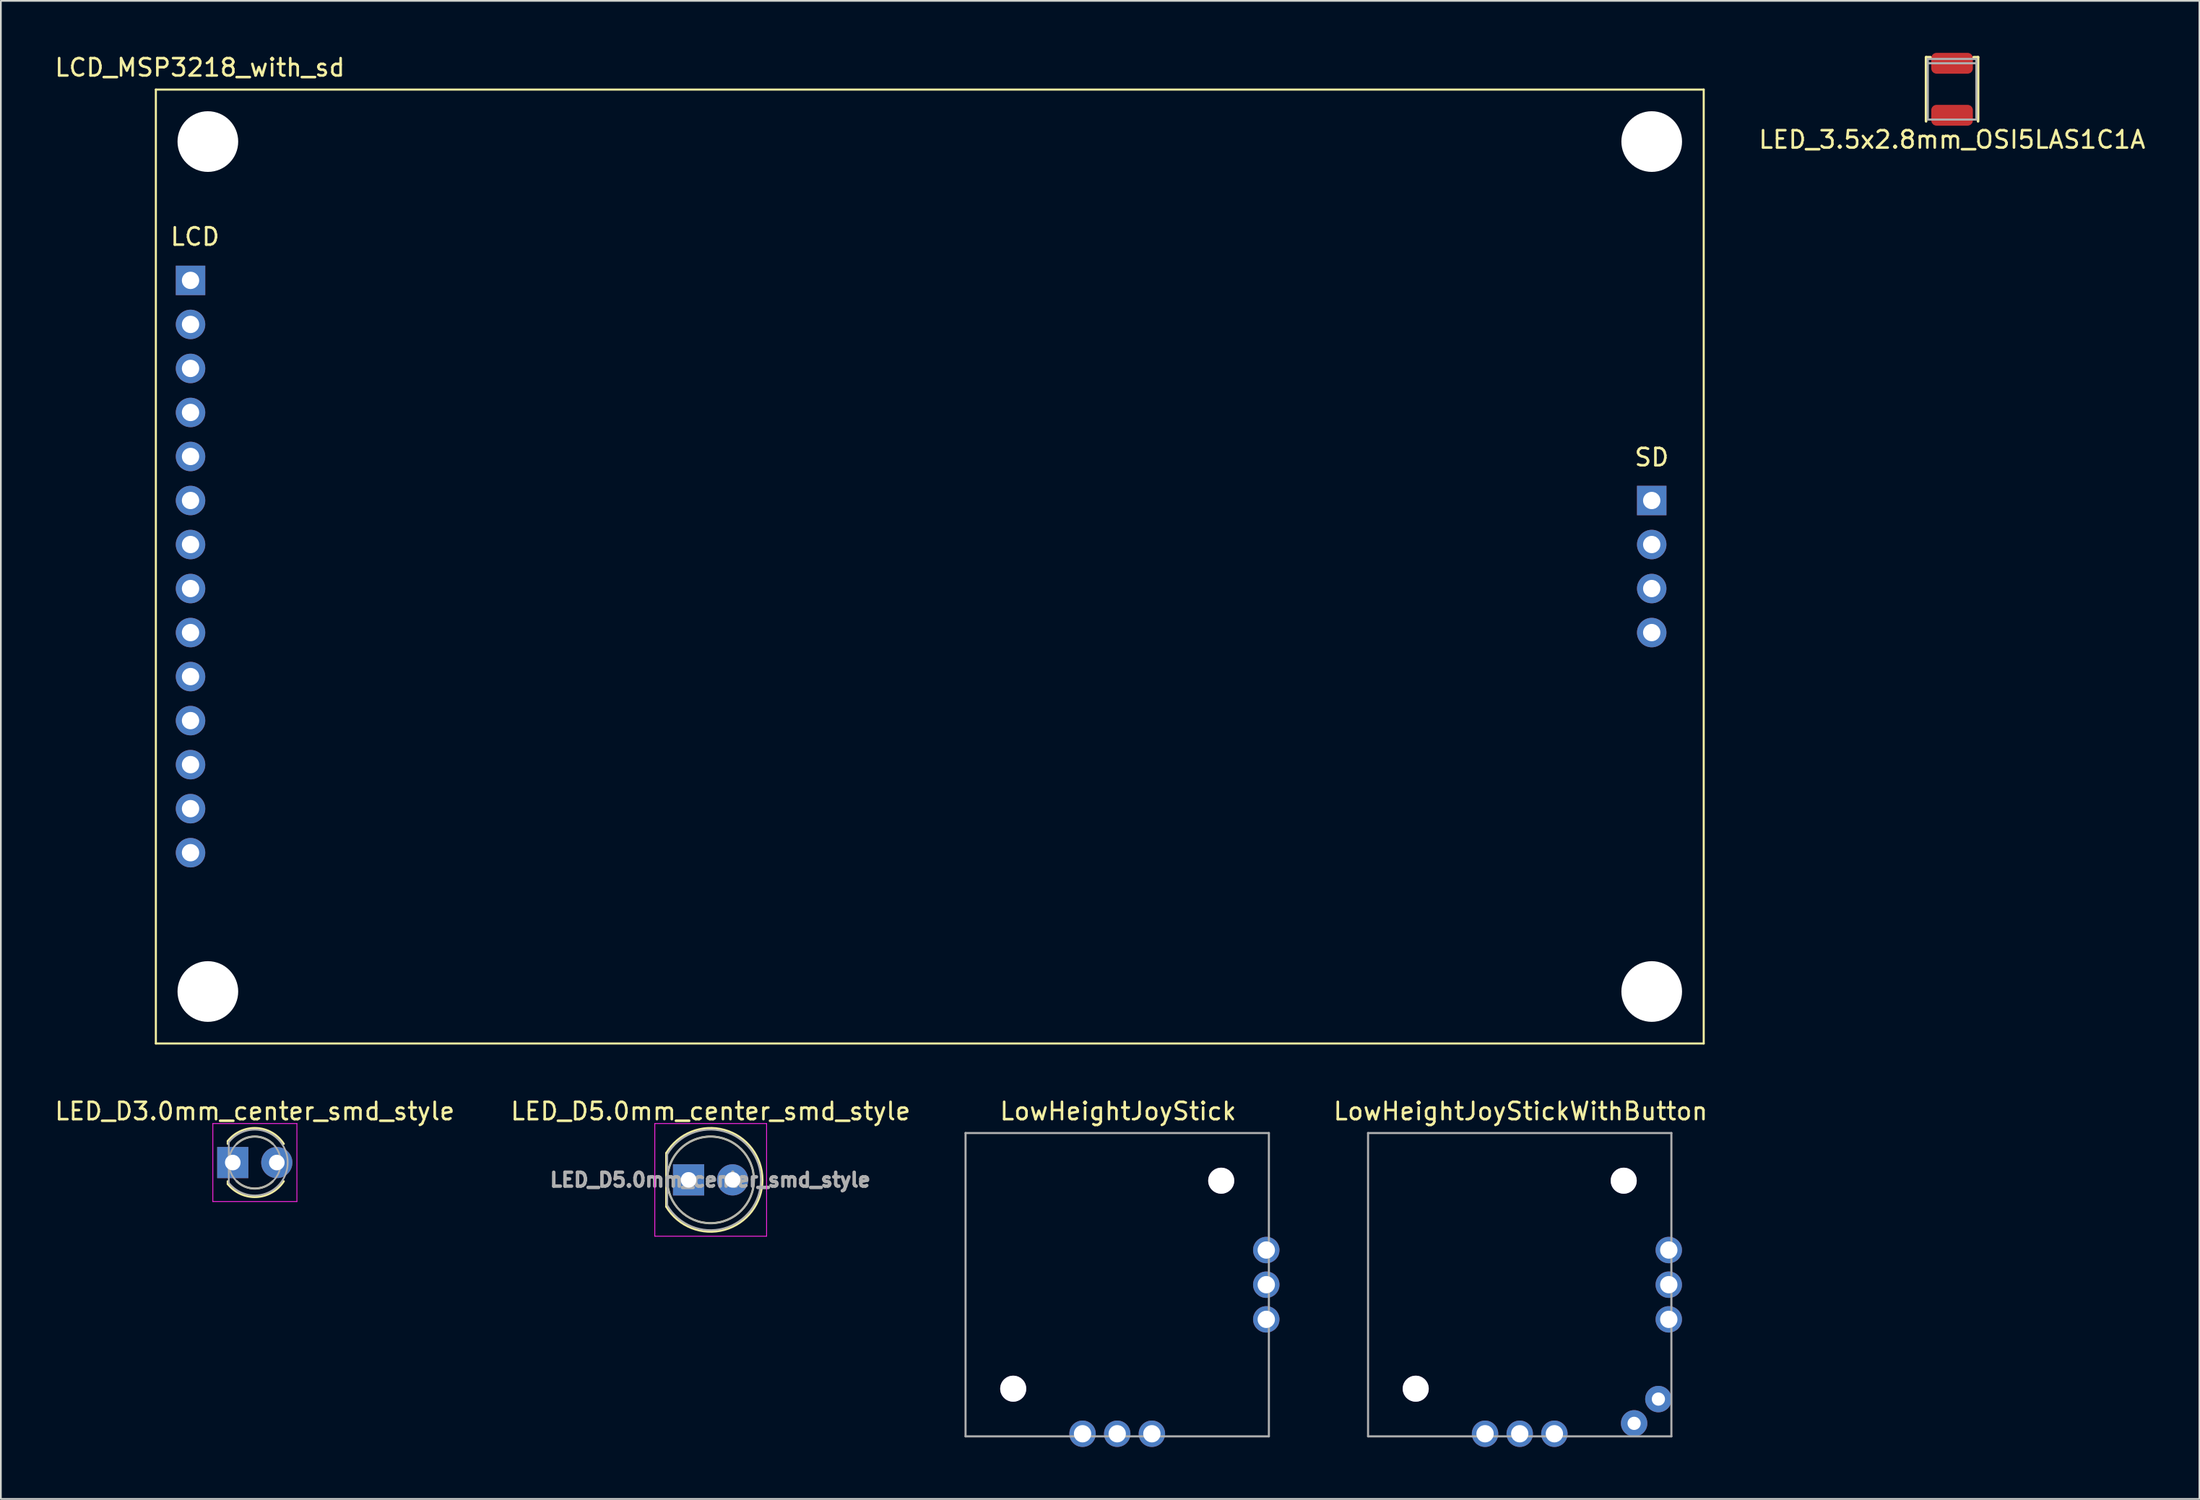
<source format=kicad_pcb>
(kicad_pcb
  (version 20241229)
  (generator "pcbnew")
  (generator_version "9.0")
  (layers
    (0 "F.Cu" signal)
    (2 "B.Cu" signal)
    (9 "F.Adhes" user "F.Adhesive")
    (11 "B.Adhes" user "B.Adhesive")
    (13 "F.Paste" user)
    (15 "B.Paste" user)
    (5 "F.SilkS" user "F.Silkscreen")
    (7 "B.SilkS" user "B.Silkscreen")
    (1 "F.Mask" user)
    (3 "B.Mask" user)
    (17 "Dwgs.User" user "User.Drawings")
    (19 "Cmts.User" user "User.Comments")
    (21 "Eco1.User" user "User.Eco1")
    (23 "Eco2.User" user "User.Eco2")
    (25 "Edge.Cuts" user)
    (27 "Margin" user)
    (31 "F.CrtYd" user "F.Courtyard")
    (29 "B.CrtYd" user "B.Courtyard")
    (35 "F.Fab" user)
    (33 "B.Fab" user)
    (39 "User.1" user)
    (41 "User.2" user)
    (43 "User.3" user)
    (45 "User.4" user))
  (footprint "LED_D5.0mm_center_smd_style"
    (layer "F.Cu")
    (at 37.946 65.026)
    (property "Reference" "LED_D5.0mm_center_smd_style" (at 0 -3.96 0) (layer "F.SilkS") (effects (font (size 1 1) (thickness 0.15))))
    (attr through_hole)
    (fp_line (start -2.56 -1.545) (end -2.56 1.545) (stroke (width 0.12) (type solid)) (layer "F.SilkS"))
    (fp_arc (start -2.56 -1.54483) (mid 0.802002 -2.880433) (end 2.99 0.000462) (stroke (width 0.12) (type solid)) (layer "F.SilkS"))
    (fp_arc (start 2.99 -0.000462) (mid 0.802002 2.880433) (end -2.56 1.54483) (stroke (width 0.12) (type solid)) (layer "F.SilkS"))
    (fp_circle (center 0 0) (end 2.5 0) (stroke (width 0.12) (type solid)) (fill no) (layer "F.SilkS"))
    (fp_line (start -3.22 -3.25) (end -3.22 3.25) (stroke (width 0.05) (type solid)) (layer "F.CrtYd"))
    (fp_line (start -3.22 3.25) (end 3.23 3.25) (stroke (width 0.05) (type solid)) (layer "F.CrtYd"))
    (fp_line (start 3.23 -3.25) (end -3.22 -3.25) (stroke (width 0.05) (type solid)) (layer "F.CrtYd"))
    (fp_line (start 3.23 3.25) (end 3.23 -3.25) (stroke (width 0.05) (type solid)) (layer "F.CrtYd"))
    (fp_line (start -2.5 -1.47) (end -2.5 1.47) (stroke (width 0.1) (type solid)) (layer "F.Fab"))
    (fp_arc (start -2.5 -1.469694) (mid 2.9 0.000016) (end -2.500016 1.469666) (stroke (width 0.1) (type solid)) (layer "F.Fab"))
    (fp_circle (center 0 0) (end 2.5 0) (stroke (width 0.1) (type solid)) (fill no) (layer "F.Fab"))
    (fp_text user "${REFERENCE}" (at -0.02 0 0) (layer "F.Fab") (effects (font (size 0.8 0.8) (thickness 0.2))))
    (pad "1" thru_hole rect (at -1.27 0) (size 1.8 1.8) (drill 0.9) (layers "*.Cu" "*.Mask"))
    (pad "2" thru_hole circle (at 1.27 0) (size 1.8 1.8) (drill 0.9) (layers "*.Cu" "*.Mask")))
  (footprint "LED_3.5x2.8mm_OSI5LAS1C1A"
    (layer "F.Cu")
    (at 109.57 2.1)
    (property "Reference" "LED_3.5x2.8mm_OSI5LAS1C1A" (at 0 2.908 0) (layer "F.SilkS") (effects (font (size 1 1) (thickness 0.15))))
    (attr through_hole)
    (fp_line (start -1.5 -1.85) (end -1.5 1.85) (stroke (width 0.15) (type solid)) (layer "F.SilkS"))
    (fp_line (start -1.25 -1.85) (end -1.5 -1.85) (stroke (width 0.15) (type solid)) (layer "F.SilkS"))
    (fp_line (start 1.5 -1.85) (end 1.25 -1.85) (stroke (width 0.15) (type solid)) (layer "F.SilkS"))
    (fp_line (start 1.5 1.85) (end 1.5 -1.85) (stroke (width 0.15) (type solid)) (layer "F.SilkS"))
    (fp_line (start -1.4 -1.75) (end -1.4 1.75) (stroke (width 0.12) (type solid)) (layer "F.Fab"))
    (fp_line (start -1.4 -1.5) (end 1.4 -1.5) (stroke (width 0.12) (type solid)) (layer "F.Fab"))
    (fp_line (start -1.4 1.75) (end 1.4 1.75) (stroke (width 0.12) (type solid)) (layer "F.Fab"))
    (fp_line (start 1.4 -1.75) (end -1.4 -1.75) (stroke (width 0.12) (type solid)) (layer "F.Fab"))
    (fp_line (start 1.4 1.75) (end 1.4 -1.75) (stroke (width 0.12) (type solid)) (layer "F.Fab"))
    (pad "1" smd roundrect (at 0 -1.5) (size 2.4 1.2) (layers "F.Cu" "F.Mask" "F.Paste") (roundrect_rratio 0.25))
    (pad "2" smd roundrect (at 0 1.5) (size 2.4 1.2) (layers "F.Cu" "F.Mask" "F.Paste") (roundrect_rratio 0.25)))
  (footprint "LED_D3.0mm_center_smd_style"
    (layer "F.Cu")
    (at 11.649 64.026)
    (property "Reference" "LED_D3.0mm_center_smd_style" (at 0 -2.96 0) (layer "F.SilkS") (effects (font (size 1 1) (thickness 0.15))))
    (attr through_hole)
    (fp_line (start -1.56 -1.236) (end -1.56 -1.08) (stroke (width 0.12) (type solid)) (layer "F.SilkS"))
    (fp_line (start -1.56 1.08) (end -1.56 1.236) (stroke (width 0.12) (type solid)) (layer "F.SilkS"))
    (fp_arc (start -1.56 -1.235516) (mid 0.096487 -1.987659) (end 1.672335 -1.078608) (stroke (width 0.12) (type solid)) (layer "F.SilkS"))
    (fp_arc (start -1.040961 -1.08) (mid 0.000117 -1.5) (end 1.04113 -1.079837) (stroke (width 0.12) (type solid)) (layer "F.SilkS"))
    (fp_arc (start 1.04113 1.079837) (mid 0.000117 1.5) (end -1.040961 1.08) (stroke (width 0.12) (type solid)) (layer "F.SilkS"))
    (fp_arc (start 1.672335 1.078608) (mid 0.096487 1.987659) (end -1.56 1.235516) (stroke (width 0.12) (type solid)) (layer "F.SilkS"))
    (fp_line (start -2.42 -2.25) (end -2.42 2.25) (stroke (width 0.05) (type solid)) (layer "F.CrtYd"))
    (fp_line (start -2.42 2.25) (end 2.43 2.25) (stroke (width 0.05) (type solid)) (layer "F.CrtYd"))
    (fp_line (start 2.43 -2.25) (end -2.42 -2.25) (stroke (width 0.05) (type solid)) (layer "F.CrtYd"))
    (fp_line (start 2.43 2.25) (end 2.43 -2.25) (stroke (width 0.05) (type solid)) (layer "F.CrtYd"))
    (fp_line (start -1.5 -1.166) (end -1.5 1.166) (stroke (width 0.1) (type solid)) (layer "F.Fab"))
    (fp_arc (start -1.5 -1.16619) (mid 1.9 0.000452) (end -1.500555 1.165476) (stroke (width 0.1) (type solid)) (layer "F.Fab"))
    (fp_circle (center 0 0) (end 1.5 0) (stroke (width 0.1) (type solid)) (fill no) (layer "F.Fab"))
    (pad "1" thru_hole rect (at -1.27 0) (size 1.8 1.8) (drill 0.9) (layers "*.Cu" "*.Mask"))
    (pad "2" thru_hole circle (at 1.27 0) (size 1.8 1.8) (drill 0.9) (layers "*.Cu" "*.Mask")))
  (footprint "LowHeightJoyStickWithButton"
    (layer "F.Cu")
    (at 84.627 71.074)
    (property "Reference" "LowHeightJoyStickWithButton" (at 0.051 -10.008 0) (layer "F.SilkS") (effects (font (size 1 1) (thickness 0.15))))
    (attr through_hole)
    (fp_line (start -8.75 -8.75) (end 8.75 -8.75) (stroke (width 0.12) (type solid)) (layer "F.Fab"))
    (fp_line (start -8.75 8.75) (end -8.75 -8.75) (stroke (width 0.12) (type solid)) (layer "F.Fab"))
    (fp_line (start 8.75 -8.75) (end 8.75 8.75) (stroke (width 0.12) (type solid)) (layer "F.Fab"))
    (fp_line (start 8.75 8.75) (end -8.75 8.75) (stroke (width 0.12) (type solid)) (layer "F.Fab"))
    (pad "" thru_hole circle (at -6 6) (size 1.5 1.5) (drill 1.5) (layers "*.Cu" "*.Mask"))
    (pad "" thru_hole circle (at 6 -6) (size 1.5 1.5) (drill 1.5) (layers "*.Cu" "*.Mask"))
    (pad "1" thru_hole circle (at 8.6 -2) (size 1.524 1.524) (drill 1) (layers "*.Cu" "*.Mask"))
    (pad "2" thru_hole circle (at 8.6 0) (size 1.524 1.524) (drill 1) (layers "*.Cu" "*.Mask"))
    (pad "3" thru_hole circle (at 8.6 2) (size 1.524 1.524) (drill 1) (layers "*.Cu" "*.Mask"))
    (pad "4" thru_hole circle (at 2 8.6) (size 1.524 1.524) (drill 1) (layers "*.Cu" "*.Mask"))
    (pad "5" thru_hole circle (at 0 8.6) (size 1.524 1.524) (drill 1) (layers "*.Cu" "*.Mask"))
    (pad "6" thru_hole circle (at -2 8.6) (size 1.524 1.524) (drill 1) (layers "*.Cu" "*.Mask"))
    (pad "7" thru_hole circle (at 8 6.6) (size 1.524 1.524) (drill 0.762) (layers "*.Cu" "*.Mask"))
    (pad "8" thru_hole circle (at 6.6 8) (size 1.524 1.524) (drill 0.762) (layers "*.Cu" "*.Mask")))
  (footprint "LCD_MSP3218_with_sd"
    (layer "F.Cu")
    (at 5.942 2.118)
    (property "Reference" "LCD_MSP3218_with_sd" (at 2.54 -1.27 0) (layer "F.SilkS") (effects (font (size 1 1) (thickness 0.15))))
    (attr through_hole)
    (fp_line (start 0 0) (end 0 55.04) (stroke (width 0.12) (type solid)) (layer "F.SilkS"))
    (fp_line (start 0 0) (end 89.3 0) (stroke (width 0.12) (type solid)) (layer "F.SilkS"))
    (fp_line (start 0 55.04) (end 89.3 55.04) (stroke (width 0.12) (type solid)) (layer "F.SilkS"))
    (fp_line (start 89.3 0) (end 89.3 55.04) (stroke (width 0.12) (type solid)) (layer "F.SilkS"))
    (fp_text user "SD" (at 86.3 21.22 0) (layer "F.SilkS") (effects (font (size 1 1) (thickness 0.15))))
    (fp_text user "LCD" (at 2.26 8.49 0) (layer "F.SilkS") (effects (font (size 1 1) (thickness 0.15))))
    (pad "" np_thru_hole circle (at 3 3) (size 3.5 3.5) (drill 3.5) (layers "*.Cu" "*.Mask"))
    (pad "" np_thru_hole circle (at 3 52.04) (size 3.5 3.5) (drill 3.5) (layers "*.Cu" "*.Mask"))
    (pad "" np_thru_hole circle (at 86.3 3) (size 3.5 3.5) (drill 3.5) (layers "*.Cu" "*.Mask"))
    (pad "" np_thru_hole circle (at 86.3 52.04) (size 3.5 3.5) (drill 3.5) (layers "*.Cu" "*.Mask"))
    (pad "1" thru_hole rect (at 2 11.01) (size 1.7 1.7) (drill 1) (layers "*.Cu" "*.Mask"))
    (pad "2" thru_hole circle (at 2 13.55) (size 1.7 1.7) (drill 1) (layers "*.Cu" "*.Mask"))
    (pad "3" thru_hole circle (at 2 16.09) (size 1.7 1.7) (drill 1) (layers "*.Cu" "*.Mask"))
    (pad "4" thru_hole circle (at 2 18.63) (size 1.7 1.7) (drill 1) (layers "*.Cu" "*.Mask"))
    (pad "5" thru_hole circle (at 2 21.17) (size 1.7 1.7) (drill 1) (layers "*.Cu" "*.Mask"))
    (pad "6" thru_hole circle (at 2 23.71) (size 1.7 1.7) (drill 1) (layers "*.Cu" "*.Mask"))
    (pad "7" thru_hole circle (at 2 26.25) (size 1.7 1.7) (drill 1) (layers "*.Cu" "*.Mask"))
    (pad "8" thru_hole circle (at 2 28.79) (size 1.7 1.7) (drill 1) (layers "*.Cu" "*.Mask"))
    (pad "9" thru_hole circle (at 2 31.33) (size 1.7 1.7) (drill 1) (layers "*.Cu" "*.Mask"))
    (pad "10" thru_hole circle (at 2 33.87) (size 1.7 1.7) (drill 1) (layers "*.Cu" "*.Mask"))
    (pad "11" thru_hole circle (at 2 36.41) (size 1.7 1.7) (drill 1) (layers "*.Cu" "*.Mask"))
    (pad "12" thru_hole circle (at 2 38.95) (size 1.7 1.7) (drill 1) (layers "*.Cu" "*.Mask"))
    (pad "13" thru_hole circle (at 2 41.49) (size 1.7 1.7) (drill 1) (layers "*.Cu" "*.Mask"))
    (pad "14" thru_hole circle (at 2 44.03) (size 1.7 1.7) (drill 1) (layers "*.Cu" "*.Mask"))
    (pad "15" thru_hole rect (at 86.3 23.71) (size 1.7 1.7) (drill 1) (layers "*.Cu" "*.Mask"))
    (pad "16" thru_hole circle (at 86.3 26.25) (size 1.7 1.7) (drill 1) (layers "*.Cu" "*.Mask"))
    (pad "17" thru_hole circle (at 86.3 28.79) (size 1.7 1.7) (drill 1) (layers "*.Cu" "*.Mask"))
    (pad "18" thru_hole circle (at 86.3 31.33) (size 1.7 1.7) (drill 1) (layers "*.Cu" "*.Mask")))
  (footprint "LowHeightJoyStick"
    (layer "F.Cu")
    (at 61.405 71.074)
    (property "Reference" "LowHeightJoyStick" (at 0.051 -10.008 0) (layer "F.SilkS") (effects (font (size 1 1) (thickness 0.15))))
    (attr through_hole)
    (fp_line (start -8.75 -8.75) (end 8.75 -8.75) (stroke (width 0.12) (type solid)) (layer "F.Fab"))
    (fp_line (start -8.75 8.75) (end -8.75 -8.75) (stroke (width 0.12) (type solid)) (layer "F.Fab"))
    (fp_line (start 8.75 -8.75) (end 8.75 8.75) (stroke (width 0.12) (type solid)) (layer "F.Fab"))
    (fp_line (start 8.75 8.75) (end -8.75 8.75) (stroke (width 0.12) (type solid)) (layer "F.Fab"))
    (pad "" thru_hole circle (at -6 6) (size 1.5 1.5) (drill 1.5) (layers "*.Cu" "*.Mask"))
    (pad "" thru_hole circle (at 6 -6) (size 1.5 1.5) (drill 1.5) (layers "*.Cu" "*.Mask"))
    (pad "1" thru_hole circle (at 8.6 -2) (size 1.524 1.524) (drill 1) (layers "*.Cu" "*.Mask"))
    (pad "2" thru_hole circle (at 8.6 0) (size 1.524 1.524) (drill 1) (layers "*.Cu" "*.Mask"))
    (pad "3" thru_hole circle (at 8.6 2) (size 1.524 1.524) (drill 1) (layers "*.Cu" "*.Mask"))
    (pad "4" thru_hole circle (at 2 8.6) (size 1.524 1.524) (drill 1) (layers "*.Cu" "*.Mask"))
    (pad "5" thru_hole circle (at 0 8.6) (size 1.524 1.524) (drill 1) (layers "*.Cu" "*.Mask"))
    (pad "6" thru_hole circle (at -2 8.6) (size 1.524 1.524) (drill 1) (layers "*.Cu" "*.Mask")))
  (gr_rect
    (start -3 -3)
    (end 123.838 83.436)
    (stroke (width 0.1) (type default))
    (fill no)
    (layer "Edge.Cuts")))
</source>
